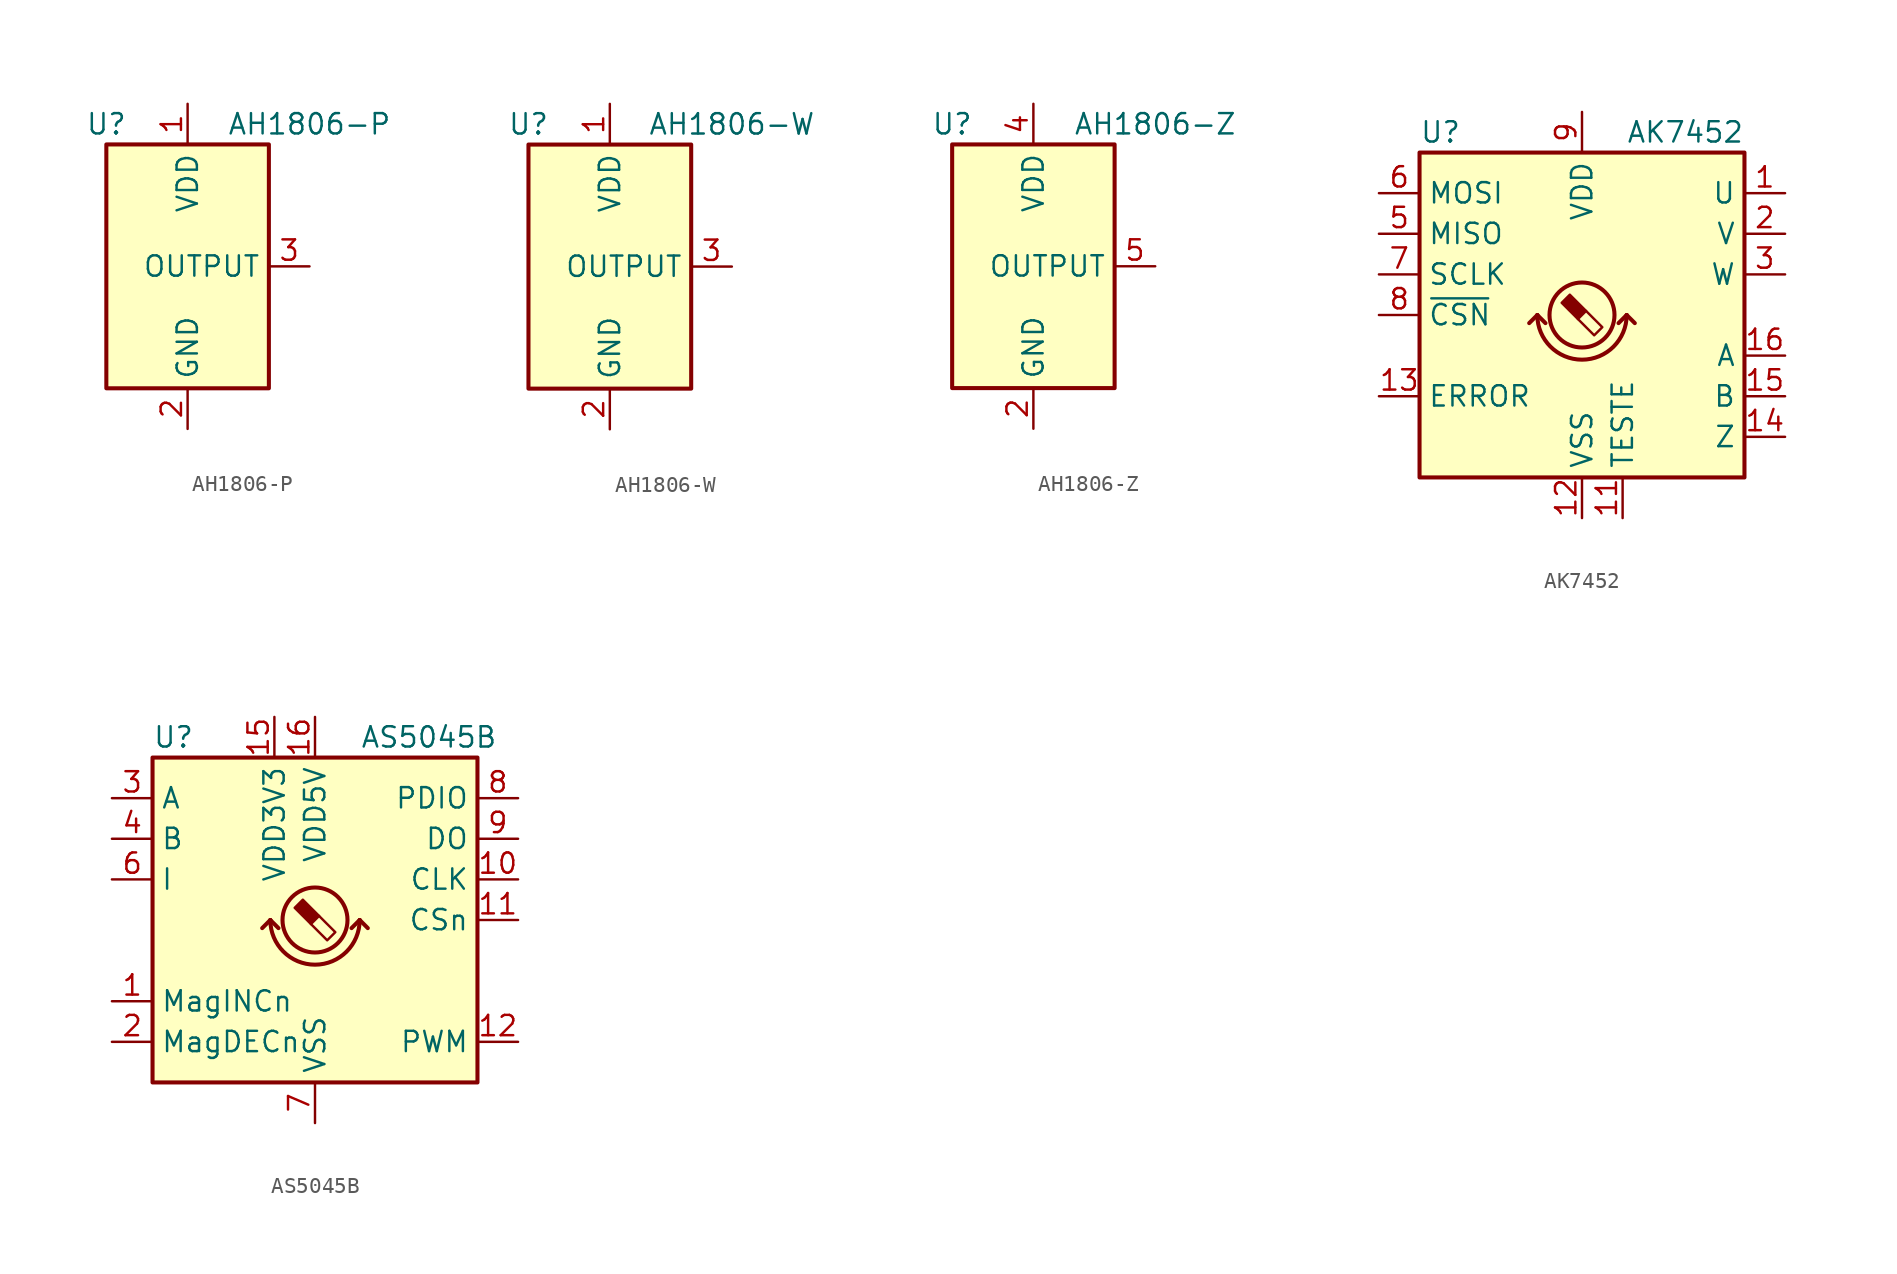
<source format=kicad_sym>
(kicad_symbol_lib
  (version 20200908)
  (generator kicad_symbol_editor)
  (symbol "Sensor_Magnetic:AH1806-P"
    (property "Reference" "U"
      (at -5.08 8.89 0)
      (effects (font (size 1.27 1.27))))
    (property "Value" "AH1806-P"
      (at 7.62 8.89 0)
      (effects (font (size 1.27 1.27))))
    (symbol "AH1806-P_0_1"
      (rectangle (start 5.08 7.62) (end -5.08 -7.62) (stroke (width 0.254)) (fill (type background))))
    (symbol "AH1806-P_1_1"
      (pin power_in line (at 0 10.16 270) (length 2.54) (name "VDD" (effects (font (size 1.27 1.27)))) (number "1" (effects (font (size 1.27 1.27)))))
      (pin power_in line (at 0 -10.16 90) (length 2.54) (name "GND" (effects (font (size 1.27 1.27)))) (number "2" (effects (font (size 1.27 1.27)))))
      (pin open_collector line (at 7.62 0 180) (length 2.54) (name "OUTPUT" (effects (font (size 1.27 1.27)))) (number "3" (effects (font (size 1.27 1.27)))))))
  (symbol "Sensor_Magnetic:AH1806-W"
    (property "Reference" "U"
      (at -5.08 8.89 0)
      (effects (font (size 1.27 1.27))))
    (property "Value" "AH1806-W"
      (at 7.62 8.89 0)
      (effects (font (size 1.27 1.27))))
    (symbol "AH1806-W_0_1"
      (rectangle (start 5.08 7.62) (end -5.08 -7.62) (stroke (width 0.254)) (fill (type background))))
    (symbol "AH1806-W_1_1"
      (pin power_in line (at 0 10.16 270) (length 2.54) (name "VDD" (effects (font (size 1.27 1.27)))) (number "1" (effects (font (size 1.27 1.27)))))
      (pin power_in line (at 0 -10.16 90) (length 2.54) (name "GND" (effects (font (size 1.27 1.27)))) (number "2" (effects (font (size 1.27 1.27)))))
      (pin open_collector line (at 7.62 0 180) (length 2.54) (name "OUTPUT" (effects (font (size 1.27 1.27)))) (number "3" (effects (font (size 1.27 1.27)))))))
  (symbol "Sensor_Magnetic:AH1806-Z"
    (property "Reference" "U"
      (at -5.08 8.89 0)
      (effects (font (size 1.27 1.27))))
    (property "Value" "AH1806-Z"
      (at 7.62 8.89 0)
      (effects (font (size 1.27 1.27))))
    (symbol "AH1806-Z_0_1"
      (rectangle (start 5.08 7.62) (end -5.08 -7.62) (stroke (width 0.254)) (fill (type background))))
    (symbol "AH1806-Z_1_1"
      (pin unconnected line (at 5.08 2.54 180) (length 2.54) hide (name "NC" (effects (font (size 1.27 1.27)))) (number "1" (effects (font (size 1.27 1.27)))))
      (pin power_in line (at 0 -10.16 90) (length 2.54) (name "GND" (effects (font (size 1.27 1.27)))) (number "2" (effects (font (size 1.27 1.27)))))
      (pin unconnected line (at 5.08 -2.54 180) (length 2.54) hide (name "NC" (effects (font (size 1.27 1.27)))) (number "3" (effects (font (size 1.27 1.27)))))
      (pin power_in line (at 0 10.16 270) (length 2.54) (name "VDD" (effects (font (size 1.27 1.27)))) (number "4" (effects (font (size 1.27 1.27)))))
      (pin open_collector line (at 7.62 0 180) (length 2.54) (name "OUTPUT" (effects (font (size 1.27 1.27)))) (number "5" (effects (font (size 1.27 1.27)))))))
  (symbol "Sensor_Magnetic:AK7452"
    (property "Reference" "U"
      (at -10.16 11.43 0)
      (effects (font (size 1.27 1.27)) (justify left)))
    (property "Value" "AK7452"
      (at 10.16 11.43 0)
      (effects (font (size 1.27 1.27)) (justify right)))
    (symbol "AK7452_0_1"
      (arc (start -2.794 0) (end 2.794 0) (radius (at 0 0) (length 2.794) (angles -179.9 -0.1)) (stroke (width 0.254)) (fill (type none)))
      (rectangle (start -10.16 10.16) (end 10.16 -10.16) (stroke (width 0.254)) (fill (type background)))
      (polyline (pts (xy -2.794 0) (xy -3.302 -0.508)) (stroke (width 0.254)) (fill (type none)))
      (polyline (pts (xy -2.794 0) (xy -2.286 -0.508)) (stroke (width 0.254)) (fill (type none)))
      (polyline (pts (xy 2.794 0) (xy 2.286 -0.508)) (stroke (width 0.254)) (fill (type none)))
      (polyline (pts (xy 2.794 0) (xy 3.302 -0.508)) (stroke (width 0.254)) (fill (type none))))
    (symbol "AK7452_1_1"
      (circle (center 0 0) (radius 2.032) (stroke (width 0.254)) (fill (type none)))
      (polyline (pts (xy 0.254 0.254) (xy 1.27 -0.762) (xy 0.762 -1.27) (xy -0.254 -0.254)) (stroke (width 0)) (fill (type none)))
      (polyline (pts (xy -0.762 1.27) (xy 0.254 0.254) (xy -0.254 -0.254) (xy -1.27 0.762) (xy -1.016 1.016) (xy -0.762 1.27) (xy -0.635 1.143)) (stroke (width 0)) (fill (type outline)))
      (pin output line (at 12.7 7.62 180) (length 2.54) (name "U" (effects (font (size 1.27 1.27)))) (number "1" (effects (font (size 1.27 1.27)))))
      (pin unconnected line (at 7.62 -10.16 90) (length 2.54) hide (name "NC" (effects (font (size 1.27 1.27)))) (number "10" (effects (font (size 1.27 1.27)))))
      (pin passive line (at 2.54 -12.7 90) (length 2.54) (name "TESTE" (effects (font (size 1.27 1.27)))) (number "11" (effects (font (size 1.27 1.27)))))
      (pin power_in line (at 0 -12.7 90) (length 2.54) (name "VSS" (effects (font (size 1.27 1.27)))) (number "12" (effects (font (size 1.27 1.27)))))
      (pin output line (at -12.7 -5.08 0) (length 2.54) (name "ERROR" (effects (font (size 1.27 1.27)))) (number "13" (effects (font (size 1.27 1.27)))))
      (pin output line (at 12.7 -7.62 180) (length 2.54) (name "Z" (effects (font (size 1.27 1.27)))) (number "14" (effects (font (size 1.27 1.27)))))
      (pin output line (at 12.7 -5.08 180) (length 2.54) (name "B" (effects (font (size 1.27 1.27)))) (number "15" (effects (font (size 1.27 1.27)))))
      (pin output line (at 12.7 -2.54 180) (length 2.54) (name "A" (effects (font (size 1.27 1.27)))) (number "16" (effects (font (size 1.27 1.27)))))
      (pin output line (at 12.7 5.08 180) (length 2.54) (name "V" (effects (font (size 1.27 1.27)))) (number "2" (effects (font (size 1.27 1.27)))))
      (pin output line (at 12.7 2.54 180) (length 2.54) (name "W" (effects (font (size 1.27 1.27)))) (number "3" (effects (font (size 1.27 1.27)))))
      (pin unconnected line (at 5.08 -10.16 90) (length 2.54) hide (name "NC" (effects (font (size 1.27 1.27)))) (number "4" (effects (font (size 1.27 1.27)))))
      (pin output line (at -12.7 5.08 0) (length 2.54) (name "MISO" (effects (font (size 1.27 1.27)))) (number "5" (effects (font (size 1.27 1.27)))))
      (pin input line (at -12.7 7.62 0) (length 2.54) (name "MOSI" (effects (font (size 1.27 1.27)))) (number "6" (effects (font (size 1.27 1.27)))))
      (pin input line (at -12.7 2.54 0) (length 2.54) (name "SCLK" (effects (font (size 1.27 1.27)))) (number "7" (effects (font (size 1.27 1.27)))))
      (pin input line (at -12.7 0 0) (length 2.54) (name "~CSN" (effects (font (size 1.27 1.27)))) (number "8" (effects (font (size 1.27 1.27)))))
      (pin power_in line (at 0 12.7 270) (length 2.54) (name "VDD" (effects (font (size 1.27 1.27)))) (number "9" (effects (font (size 1.27 1.27)))))))
  (symbol "Sensor_Magnetic:AS5045B"
    (property "Reference" "U"
      (at -10.16 11.43 0)
      (effects (font (size 1.27 1.27)) (justify left)))
    (property "Value" "AS5045B"
      (at 11.43 11.43 0)
      (effects (font (size 1.27 1.27)) (justify right)))
    (symbol "AS5045B_0_1"
      (arc (start -2.794 0) (end 2.794 0) (radius (at 0 0) (length 2.794) (angles -179.9 -0.1)) (stroke (width 0.254)) (fill (type none)))
      (circle (center 0 0) (radius 2.032) (stroke (width 0.254)) (fill (type none)))
      (rectangle (start -10.16 10.16) (end 10.16 -10.16) (stroke (width 0.254)) (fill (type background)))
      (polyline (pts (xy -2.794 0) (xy -3.302 -0.508)) (stroke (width 0.254)) (fill (type none)))
      (polyline (pts (xy -2.794 0) (xy -2.286 -0.508)) (stroke (width 0.254)) (fill (type none)))
      (polyline (pts (xy 2.794 0) (xy 2.286 -0.508)) (stroke (width 0.254)) (fill (type none)))
      (polyline (pts (xy 2.794 0) (xy 3.302 -0.508)) (stroke (width 0.254)) (fill (type none)))
      (polyline (pts (xy 0.254 0.254) (xy 1.27 -0.762) (xy 0.762 -1.27) (xy -0.254 -0.254)) (stroke (width 0)) (fill (type none)))
      (polyline (pts (xy -0.762 1.27) (xy 0.254 0.254) (xy -0.254 -0.254) (xy -1.27 0.762) (xy -1.016 1.016) (xy -0.762 1.27) (xy -0.635 1.143)) (stroke (width 0)) (fill (type outline))))
    (symbol "AS5045B_1_1"
      (pin open_collector line (at -12.7 -5.08 0) (length 2.54) (name "MagINCn" (effects (font (size 1.27 1.27)))) (number "1" (effects (font (size 1.27 1.27)))))
      (pin input line (at 12.7 2.54 180) (length 2.54) (name "CLK" (effects (font (size 1.27 1.27)))) (number "10" (effects (font (size 1.27 1.27)))))
      (pin input line (at 12.7 0 180) (length 2.54) (name "CSn" (effects (font (size 1.27 1.27)))) (number "11" (effects (font (size 1.27 1.27)))))
      (pin output line (at 12.7 -7.62 180) (length 2.54) (name "PWM" (effects (font (size 1.27 1.27)))) (number "12" (effects (font (size 1.27 1.27)))))
      (pin unconnected line (at 10.16 -5.08 180) (length 2.54) hide (name "NC" (effects (font (size 1.27 1.27)))) (number "13" (effects (font (size 1.27 1.27)))))
      (pin unconnected line (at 2.54 -10.16 90) (length 2.54) hide (name "NC" (effects (font (size 1.27 1.27)))) (number "14" (effects (font (size 1.27 1.27)))))
      (pin power_in line (at -2.54 12.7 270) (length 2.54) (name "VDD3V3" (effects (font (size 1.27 1.27)))) (number "15" (effects (font (size 1.27 1.27)))))
      (pin power_in line (at 0 12.7 270) (length 2.54) (name "VDD5V" (effects (font (size 1.27 1.27)))) (number "16" (effects (font (size 1.27 1.27)))))
      (pin open_collector line (at -12.7 -7.62 0) (length 2.54) (name "MagDECn" (effects (font (size 1.27 1.27)))) (number "2" (effects (font (size 1.27 1.27)))))
      (pin output line (at -12.7 7.62 0) (length 2.54) (name "A" (effects (font (size 1.27 1.27)))) (number "3" (effects (font (size 1.27 1.27)))))
      (pin output line (at -12.7 5.08 0) (length 2.54) (name "B" (effects (font (size 1.27 1.27)))) (number "4" (effects (font (size 1.27 1.27)))))
      (pin unconnected line (at 10.16 -2.54 180) (length 2.54) hide (name "NC" (effects (font (size 1.27 1.27)))) (number "5" (effects (font (size 1.27 1.27)))))
      (pin output line (at -12.7 2.54 0) (length 2.54) (name "I" (effects (font (size 1.27 1.27)))) (number "6" (effects (font (size 1.27 1.27)))))
      (pin power_in line (at 0 -12.7 90) (length 2.54) (name "VSS" (effects (font (size 1.27 1.27)))) (number "7" (effects (font (size 1.27 1.27)))))
      (pin input line (at 12.7 7.62 180) (length 2.54) (name "PDIO" (effects (font (size 1.27 1.27)))) (number "8" (effects (font (size 1.27 1.27)))))
      (pin output line (at 12.7 5.08 180) (length 2.54) (name "DO" (effects (font (size 1.27 1.27)))) (number "9" (effects (font (size 1.27 1.27))))))))
</source>
